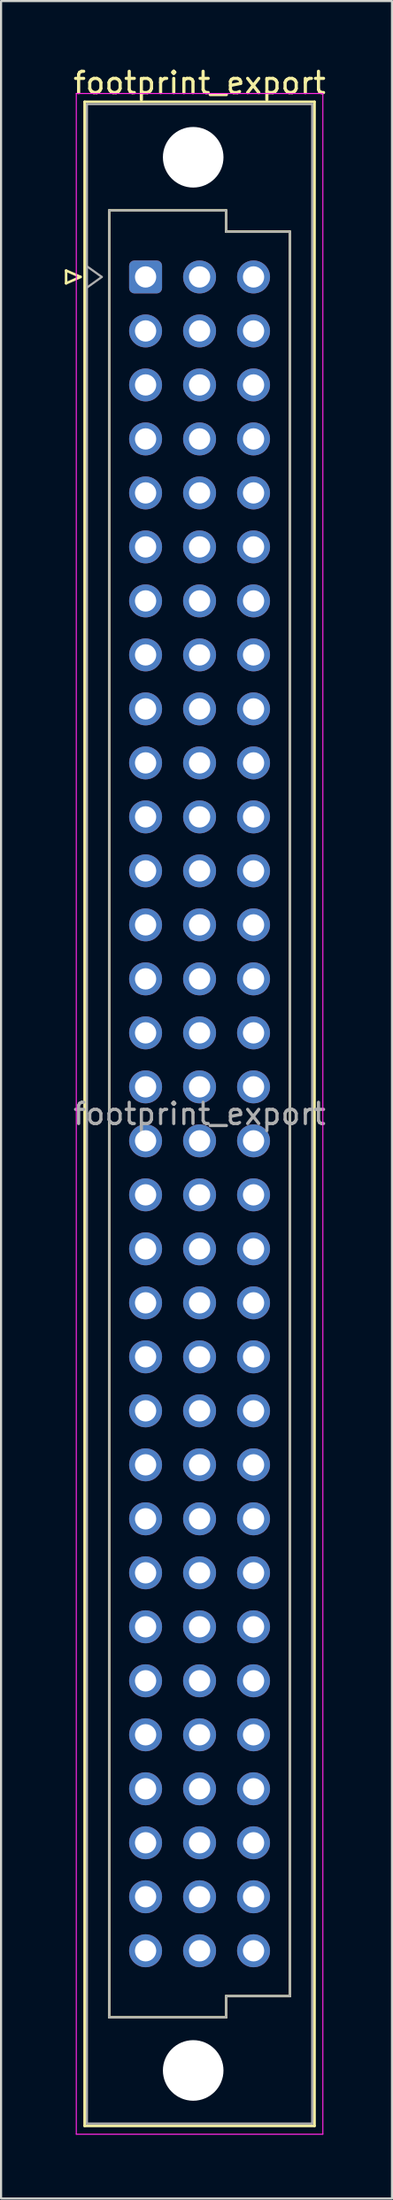
<source format=kicad_pcb>
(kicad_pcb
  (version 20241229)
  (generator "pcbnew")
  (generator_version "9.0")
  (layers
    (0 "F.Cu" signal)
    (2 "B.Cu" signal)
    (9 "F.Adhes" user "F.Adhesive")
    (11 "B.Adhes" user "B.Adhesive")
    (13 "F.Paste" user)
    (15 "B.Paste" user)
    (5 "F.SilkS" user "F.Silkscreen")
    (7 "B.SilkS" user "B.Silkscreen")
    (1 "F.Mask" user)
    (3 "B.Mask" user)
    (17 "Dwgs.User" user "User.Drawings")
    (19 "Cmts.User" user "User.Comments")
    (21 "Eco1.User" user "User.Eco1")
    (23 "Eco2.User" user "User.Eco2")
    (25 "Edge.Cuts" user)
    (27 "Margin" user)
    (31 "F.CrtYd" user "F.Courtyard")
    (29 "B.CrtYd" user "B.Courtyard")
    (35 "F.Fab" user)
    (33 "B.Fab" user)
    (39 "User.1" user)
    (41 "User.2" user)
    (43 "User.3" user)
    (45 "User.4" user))
  (footprint "footprint_export"
    (layer "F.Cu")
    (at 3.8 9.978)
    (property "Reference" "footprint_export" (at 2.54 -9.13 0) (layer "F.SilkS") (effects (font (size 1 1) (thickness 0.15))))
    (attr through_hole)
    (fp_line (start -3.74 -0.3) (end -3.74 0.3) (stroke (width 0.12) (type solid)) (layer "F.SilkS"))
    (fp_line (start -3.74 0.3) (end -3.06 0) (stroke (width 0.12) (type solid)) (layer "F.SilkS"))
    (fp_line (start -3.06 0) (end -3.74 -0.3) (stroke (width 0.12) (type solid)) (layer "F.SilkS"))
    (fp_line (start -2.87 -8.24) (end 7.95 -8.24) (stroke (width 0.12) (type solid)) (layer "F.SilkS"))
    (fp_line (start -2.87 86.98) (end -2.87 -8.24) (stroke (width 0.12) (type solid)) (layer "F.SilkS"))
    (fp_line (start -1.71 -3.131) (end 3.79 -3.131) (stroke (width 0.12) (type solid)) (layer "F.SilkS"))
    (fp_line (start -1.71 81.87) (end -1.71 -3.131) (stroke (width 0.12) (type solid)) (layer "F.SilkS"))
    (fp_line (start 3.79 -3.131) (end 3.79 -2.131) (stroke (width 0.12) (type solid)) (layer "F.SilkS"))
    (fp_line (start 3.79 -2.131) (end 6.79 -2.131) (stroke (width 0.12) (type solid)) (layer "F.SilkS"))
    (fp_line (start 3.79 80.87) (end 3.79 81.87) (stroke (width 0.12) (type solid)) (layer "F.SilkS"))
    (fp_line (start 3.79 81.87) (end -1.71 81.87) (stroke (width 0.12) (type solid)) (layer "F.SilkS"))
    (fp_line (start 6.79 -2.131) (end 6.79 80.87) (stroke (width 0.12) (type solid)) (layer "F.SilkS"))
    (fp_line (start 6.79 80.87) (end 3.79 80.87) (stroke (width 0.12) (type solid)) (layer "F.SilkS"))
    (fp_line (start 7.95 -8.24) (end 7.95 86.98) (stroke (width 0.12) (type solid)) (layer "F.SilkS"))
    (fp_line (start 7.95 86.98) (end -2.87 86.98) (stroke (width 0.12) (type solid)) (layer "F.SilkS"))
    (fp_line (start -3.26 -8.63) (end 8.34 -8.63) (stroke (width 0.05) (type solid)) (layer "F.CrtYd"))
    (fp_line (start -3.26 87.37) (end -3.26 -8.63) (stroke (width 0.05) (type solid)) (layer "F.CrtYd"))
    (fp_line (start 8.34 -8.63) (end 8.34 87.37) (stroke (width 0.05) (type solid)) (layer "F.CrtYd"))
    (fp_line (start 8.34 87.37) (end -3.26 87.37) (stroke (width 0.05) (type solid)) (layer "F.CrtYd"))
    (fp_line (start -2.76 -8.13) (end 7.84 -8.13) (stroke (width 0.1) (type solid)) (layer "F.Fab"))
    (fp_line (start -2.76 -0.5) (end -2.06 0) (stroke (width 0.1) (type solid)) (layer "F.Fab"))
    (fp_line (start -2.76 86.87) (end -2.76 -8.13) (stroke (width 0.1) (type solid)) (layer "F.Fab"))
    (fp_line (start -2.06 0) (end -2.76 0.5) (stroke (width 0.1) (type solid)) (layer "F.Fab"))
    (fp_line (start -1.71 -3.13) (end 3.79 -3.13) (stroke (width 0.1) (type solid)) (layer "F.Fab"))
    (fp_line (start -1.71 81.87) (end -1.71 -3.13) (stroke (width 0.1) (type solid)) (layer "F.Fab"))
    (fp_line (start 3.79 -3.13) (end 3.79 -2.13) (stroke (width 0.1) (type solid)) (layer "F.Fab"))
    (fp_line (start 3.79 -2.13) (end 6.79 -2.13) (stroke (width 0.1) (type solid)) (layer "F.Fab"))
    (fp_line (start 3.79 80.87) (end 3.79 81.87) (stroke (width 0.1) (type solid)) (layer "F.Fab"))
    (fp_line (start 3.79 81.87) (end -1.71 81.87) (stroke (width 0.1) (type solid)) (layer "F.Fab"))
    (fp_line (start 6.79 -2.13) (end 6.79 80.87) (stroke (width 0.1) (type solid)) (layer "F.Fab"))
    (fp_line (start 6.79 80.87) (end 3.79 80.87) (stroke (width 0.1) (type solid)) (layer "F.Fab"))
    (fp_line (start 7.84 -8.13) (end 7.84 86.87) (stroke (width 0.1) (type solid)) (layer "F.Fab"))
    (fp_line (start 7.84 86.87) (end -2.76 86.87) (stroke (width 0.1) (type solid)) (layer "F.Fab"))
    (fp_text user "${REFERENCE}" (at 2.54 39.37 0) (layer "F.Fab") (effects (font (size 1 1) (thickness 0.15))))
    (pad "" np_thru_hole circle (at 2.24 -5.63) (size 2.85 2.85) (drill 2.85) (layers "*.Cu" "*.Mask"))
    (pad "" np_thru_hole circle (at 2.24 84.37) (size 2.85 2.85) (drill 2.85) (layers "*.Cu" "*.Mask"))
    (pad "a1" thru_hole roundrect (at 0 0) (size 1.55 1.55) (drill 1) (layers "*.Cu" "*.Mask") (roundrect_rratio 0.161))
    (pad "a2" thru_hole circle (at 0 2.54) (size 1.55 1.55) (drill 1) (layers "*.Cu" "*.Mask"))
    (pad "a3" thru_hole circle (at 0 5.08) (size 1.55 1.55) (drill 1) (layers "*.Cu" "*.Mask"))
    (pad "a4" thru_hole circle (at 0 7.62) (size 1.55 1.55) (drill 1) (layers "*.Cu" "*.Mask"))
    (pad "a5" thru_hole circle (at 0 10.16) (size 1.55 1.55) (drill 1) (layers "*.Cu" "*.Mask"))
    (pad "a6" thru_hole circle (at 0 12.7) (size 1.55 1.55) (drill 1) (layers "*.Cu" "*.Mask"))
    (pad "a7" thru_hole circle (at 0 15.24) (size 1.55 1.55) (drill 1) (layers "*.Cu" "*.Mask"))
    (pad "a8" thru_hole circle (at 0 17.78) (size 1.55 1.55) (drill 1) (layers "*.Cu" "*.Mask"))
    (pad "a9" thru_hole circle (at 0 20.32) (size 1.55 1.55) (drill 1) (layers "*.Cu" "*.Mask"))
    (pad "a10" thru_hole circle (at 0 22.86) (size 1.55 1.55) (drill 1) (layers "*.Cu" "*.Mask"))
    (pad "a11" thru_hole circle (at 0 25.4) (size 1.55 1.55) (drill 1) (layers "*.Cu" "*.Mask"))
    (pad "a12" thru_hole circle (at 0 27.94) (size 1.55 1.55) (drill 1) (layers "*.Cu" "*.Mask"))
    (pad "a13" thru_hole circle (at 0 30.48) (size 1.55 1.55) (drill 1) (layers "*.Cu" "*.Mask"))
    (pad "a14" thru_hole circle (at 0 33.02) (size 1.55 1.55) (drill 1) (layers "*.Cu" "*.Mask"))
    (pad "a15" thru_hole circle (at 0 35.56) (size 1.55 1.55) (drill 1) (layers "*.Cu" "*.Mask"))
    (pad "a16" thru_hole circle (at 0 38.1) (size 1.55 1.55) (drill 1) (layers "*.Cu" "*.Mask"))
    (pad "a17" thru_hole circle (at 0 40.64) (size 1.55 1.55) (drill 1) (layers "*.Cu" "*.Mask"))
    (pad "a18" thru_hole circle (at 0 43.18) (size 1.55 1.55) (drill 1) (layers "*.Cu" "*.Mask"))
    (pad "a19" thru_hole circle (at 0 45.72) (size 1.55 1.55) (drill 1) (layers "*.Cu" "*.Mask"))
    (pad "a20" thru_hole circle (at 0 48.26) (size 1.55 1.55) (drill 1) (layers "*.Cu" "*.Mask"))
    (pad "a21" thru_hole circle (at 0 50.8) (size 1.55 1.55) (drill 1) (layers "*.Cu" "*.Mask"))
    (pad "a22" thru_hole circle (at 0 53.34) (size 1.55 1.55) (drill 1) (layers "*.Cu" "*.Mask"))
    (pad "a23" thru_hole circle (at 0 55.88) (size 1.55 1.55) (drill 1) (layers "*.Cu" "*.Mask"))
    (pad "a24" thru_hole circle (at 0 58.42) (size 1.55 1.55) (drill 1) (layers "*.Cu" "*.Mask"))
    (pad "a25" thru_hole circle (at 0 60.96) (size 1.55 1.55) (drill 1) (layers "*.Cu" "*.Mask"))
    (pad "a26" thru_hole circle (at 0 63.5) (size 1.55 1.55) (drill 1) (layers "*.Cu" "*.Mask"))
    (pad "a27" thru_hole circle (at 0 66.04) (size 1.55 1.55) (drill 1) (layers "*.Cu" "*.Mask"))
    (pad "a28" thru_hole circle (at 0 68.58) (size 1.55 1.55) (drill 1) (layers "*.Cu" "*.Mask"))
    (pad "a29" thru_hole circle (at 0 71.12) (size 1.55 1.55) (drill 1) (layers "*.Cu" "*.Mask"))
    (pad "a30" thru_hole circle (at 0 73.66) (size 1.55 1.55) (drill 1) (layers "*.Cu" "*.Mask"))
    (pad "a31" thru_hole circle (at 0 76.2) (size 1.55 1.55) (drill 1) (layers "*.Cu" "*.Mask"))
    (pad "a32" thru_hole circle (at 0 78.74) (size 1.55 1.55) (drill 1) (layers "*.Cu" "*.Mask"))
    (pad "b1" thru_hole circle (at 2.54 0) (size 1.55 1.55) (drill 1) (layers "*.Cu" "*.Mask"))
    (pad "b2" thru_hole circle (at 2.54 2.54) (size 1.55 1.55) (drill 1) (layers "*.Cu" "*.Mask"))
    (pad "b3" thru_hole circle (at 2.54 5.08) (size 1.55 1.55) (drill 1) (layers "*.Cu" "*.Mask"))
    (pad "b4" thru_hole circle (at 2.54 7.62) (size 1.55 1.55) (drill 1) (layers "*.Cu" "*.Mask"))
    (pad "b5" thru_hole circle (at 2.54 10.16) (size 1.55 1.55) (drill 1) (layers "*.Cu" "*.Mask"))
    (pad "b6" thru_hole circle (at 2.54 12.7) (size 1.55 1.55) (drill 1) (layers "*.Cu" "*.Mask"))
    (pad "b7" thru_hole circle (at 2.54 15.24) (size 1.55 1.55) (drill 1) (layers "*.Cu" "*.Mask"))
    (pad "b8" thru_hole circle (at 2.54 17.78) (size 1.55 1.55) (drill 1) (layers "*.Cu" "*.Mask"))
    (pad "b9" thru_hole circle (at 2.54 20.32) (size 1.55 1.55) (drill 1) (layers "*.Cu" "*.Mask"))
    (pad "b10" thru_hole circle (at 2.54 22.86) (size 1.55 1.55) (drill 1) (layers "*.Cu" "*.Mask"))
    (pad "b11" thru_hole circle (at 2.54 25.4) (size 1.55 1.55) (drill 1) (layers "*.Cu" "*.Mask"))
    (pad "b12" thru_hole circle (at 2.54 27.94) (size 1.55 1.55) (drill 1) (layers "*.Cu" "*.Mask"))
    (pad "b13" thru_hole circle (at 2.54 30.48) (size 1.55 1.55) (drill 1) (layers "*.Cu" "*.Mask"))
    (pad "b14" thru_hole circle (at 2.54 33.02) (size 1.55 1.55) (drill 1) (layers "*.Cu" "*.Mask"))
    (pad "b15" thru_hole circle (at 2.54 35.56) (size 1.55 1.55) (drill 1) (layers "*.Cu" "*.Mask"))
    (pad "b16" thru_hole circle (at 2.54 38.1) (size 1.55 1.55) (drill 1) (layers "*.Cu" "*.Mask"))
    (pad "b17" thru_hole circle (at 2.54 40.64) (size 1.55 1.55) (drill 1) (layers "*.Cu" "*.Mask"))
    (pad "b18" thru_hole circle (at 2.54 43.18) (size 1.55 1.55) (drill 1) (layers "*.Cu" "*.Mask"))
    (pad "b19" thru_hole circle (at 2.54 45.72) (size 1.55 1.55) (drill 1) (layers "*.Cu" "*.Mask"))
    (pad "b20" thru_hole circle (at 2.54 48.26) (size 1.55 1.55) (drill 1) (layers "*.Cu" "*.Mask"))
    (pad "b21" thru_hole circle (at 2.54 50.8) (size 1.55 1.55) (drill 1) (layers "*.Cu" "*.Mask"))
    (pad "b22" thru_hole circle (at 2.54 53.34) (size 1.55 1.55) (drill 1) (layers "*.Cu" "*.Mask"))
    (pad "b23" thru_hole circle (at 2.54 55.88) (size 1.55 1.55) (drill 1) (layers "*.Cu" "*.Mask"))
    (pad "b24" thru_hole circle (at 2.54 58.42) (size 1.55 1.55) (drill 1) (layers "*.Cu" "*.Mask"))
    (pad "b25" thru_hole circle (at 2.54 60.96) (size 1.55 1.55) (drill 1) (layers "*.Cu" "*.Mask"))
    (pad "b26" thru_hole circle (at 2.54 63.5) (size 1.55 1.55) (drill 1) (layers "*.Cu" "*.Mask"))
    (pad "b27" thru_hole circle (at 2.54 66.04) (size 1.55 1.55) (drill 1) (layers "*.Cu" "*.Mask"))
    (pad "b28" thru_hole circle (at 2.54 68.58) (size 1.55 1.55) (drill 1) (layers "*.Cu" "*.Mask"))
    (pad "b29" thru_hole circle (at 2.54 71.12) (size 1.55 1.55) (drill 1) (layers "*.Cu" "*.Mask"))
    (pad "b30" thru_hole circle (at 2.54 73.66) (size 1.55 1.55) (drill 1) (layers "*.Cu" "*.Mask"))
    (pad "b31" thru_hole circle (at 2.54 76.2) (size 1.55 1.55) (drill 1) (layers "*.Cu" "*.Mask"))
    (pad "b32" thru_hole circle (at 2.54 78.74) (size 1.55 1.55) (drill 1) (layers "*.Cu" "*.Mask"))
    (pad "c1" thru_hole circle (at 5.08 0) (size 1.55 1.55) (drill 1) (layers "*.Cu" "*.Mask"))
    (pad "c2" thru_hole circle (at 5.08 2.54) (size 1.55 1.55) (drill 1) (layers "*.Cu" "*.Mask"))
    (pad "c3" thru_hole circle (at 5.08 5.08) (size 1.55 1.55) (drill 1) (layers "*.Cu" "*.Mask"))
    (pad "c4" thru_hole circle (at 5.08 7.62) (size 1.55 1.55) (drill 1) (layers "*.Cu" "*.Mask"))
    (pad "c5" thru_hole circle (at 5.08 10.16) (size 1.55 1.55) (drill 1) (layers "*.Cu" "*.Mask"))
    (pad "c6" thru_hole circle (at 5.08 12.7) (size 1.55 1.55) (drill 1) (layers "*.Cu" "*.Mask"))
    (pad "c7" thru_hole circle (at 5.08 15.24) (size 1.55 1.55) (drill 1) (layers "*.Cu" "*.Mask"))
    (pad "c8" thru_hole circle (at 5.08 17.78) (size 1.55 1.55) (drill 1) (layers "*.Cu" "*.Mask"))
    (pad "c9" thru_hole circle (at 5.08 20.32) (size 1.55 1.55) (drill 1) (layers "*.Cu" "*.Mask"))
    (pad "c10" thru_hole circle (at 5.08 22.86) (size 1.55 1.55) (drill 1) (layers "*.Cu" "*.Mask"))
    (pad "c11" thru_hole circle (at 5.08 25.4) (size 1.55 1.55) (drill 1) (layers "*.Cu" "*.Mask"))
    (pad "c12" thru_hole circle (at 5.08 27.94) (size 1.55 1.55) (drill 1) (layers "*.Cu" "*.Mask"))
    (pad "c13" thru_hole circle (at 5.08 30.48) (size 1.55 1.55) (drill 1) (layers "*.Cu" "*.Mask"))
    (pad "c14" thru_hole circle (at 5.08 33.02) (size 1.55 1.55) (drill 1) (layers "*.Cu" "*.Mask"))
    (pad "c15" thru_hole circle (at 5.08 35.56) (size 1.55 1.55) (drill 1) (layers "*.Cu" "*.Mask"))
    (pad "c16" thru_hole circle (at 5.08 38.1) (size 1.55 1.55) (drill 1) (layers "*.Cu" "*.Mask"))
    (pad "c17" thru_hole circle (at 5.08 40.64) (size 1.55 1.55) (drill 1) (layers "*.Cu" "*.Mask"))
    (pad "c18" thru_hole circle (at 5.08 43.18) (size 1.55 1.55) (drill 1) (layers "*.Cu" "*.Mask"))
    (pad "c19" thru_hole circle (at 5.08 45.72) (size 1.55 1.55) (drill 1) (layers "*.Cu" "*.Mask"))
    (pad "c20" thru_hole circle (at 5.08 48.26) (size 1.55 1.55) (drill 1) (layers "*.Cu" "*.Mask"))
    (pad "c21" thru_hole circle (at 5.08 50.8) (size 1.55 1.55) (drill 1) (layers "*.Cu" "*.Mask"))
    (pad "c22" thru_hole circle (at 5.08 53.34) (size 1.55 1.55) (drill 1) (layers "*.Cu" "*.Mask"))
    (pad "c23" thru_hole circle (at 5.08 55.88) (size 1.55 1.55) (drill 1) (layers "*.Cu" "*.Mask"))
    (pad "c24" thru_hole circle (at 5.08 58.42) (size 1.55 1.55) (drill 1) (layers "*.Cu" "*.Mask"))
    (pad "c25" thru_hole circle (at 5.08 60.96) (size 1.55 1.55) (drill 1) (layers "*.Cu" "*.Mask"))
    (pad "c26" thru_hole circle (at 5.08 63.5) (size 1.55 1.55) (drill 1) (layers "*.Cu" "*.Mask"))
    (pad "c27" thru_hole circle (at 5.08 66.04) (size 1.55 1.55) (drill 1) (layers "*.Cu" "*.Mask"))
    (pad "c28" thru_hole circle (at 5.08 68.58) (size 1.55 1.55) (drill 1) (layers "*.Cu" "*.Mask"))
    (pad "c29" thru_hole circle (at 5.08 71.12) (size 1.55 1.55) (drill 1) (layers "*.Cu" "*.Mask"))
    (pad "c30" thru_hole circle (at 5.08 73.66) (size 1.55 1.55) (drill 1) (layers "*.Cu" "*.Mask"))
    (pad "c31" thru_hole circle (at 5.08 76.2) (size 1.55 1.55) (drill 1) (layers "*.Cu" "*.Mask"))
    (pad "c32" thru_hole circle (at 5.08 78.74) (size 1.55 1.55) (drill 1) (layers "*.Cu" "*.Mask")))
  (gr_rect
    (start -3 -3)
    (end 15.394 100.373)
    (stroke (width 0.1) (type default))
    (fill no)
    (layer "Edge.Cuts")))
</source>
